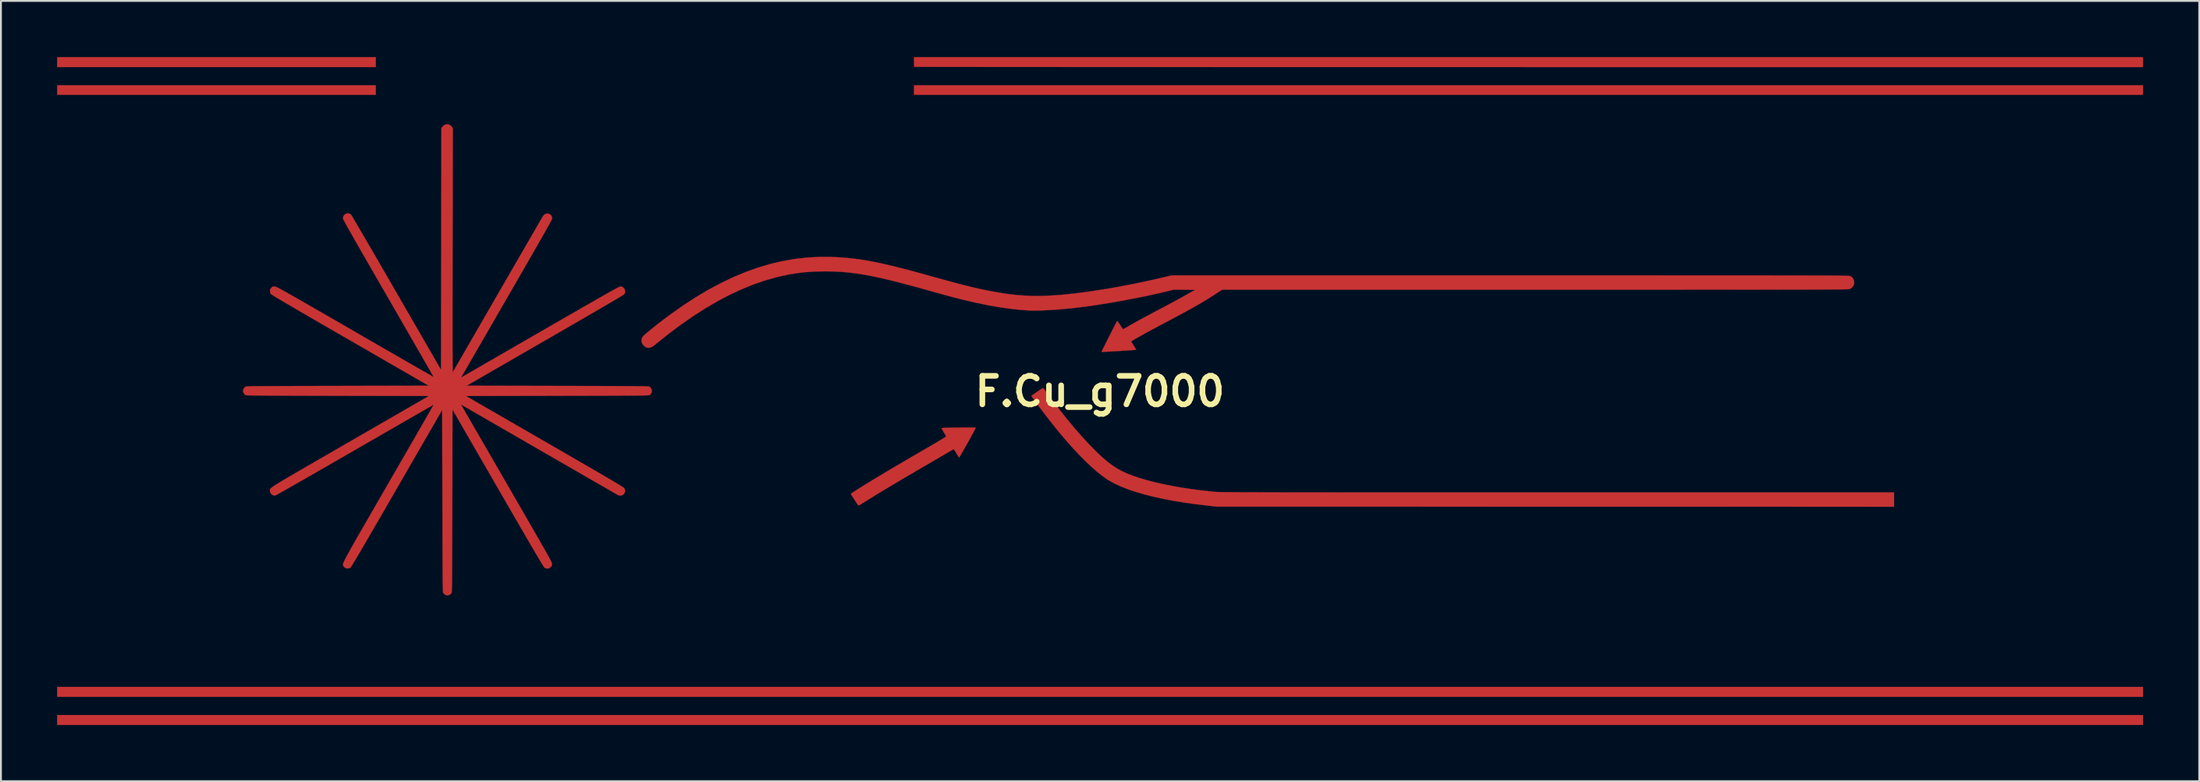
<source format=kicad_pcb>
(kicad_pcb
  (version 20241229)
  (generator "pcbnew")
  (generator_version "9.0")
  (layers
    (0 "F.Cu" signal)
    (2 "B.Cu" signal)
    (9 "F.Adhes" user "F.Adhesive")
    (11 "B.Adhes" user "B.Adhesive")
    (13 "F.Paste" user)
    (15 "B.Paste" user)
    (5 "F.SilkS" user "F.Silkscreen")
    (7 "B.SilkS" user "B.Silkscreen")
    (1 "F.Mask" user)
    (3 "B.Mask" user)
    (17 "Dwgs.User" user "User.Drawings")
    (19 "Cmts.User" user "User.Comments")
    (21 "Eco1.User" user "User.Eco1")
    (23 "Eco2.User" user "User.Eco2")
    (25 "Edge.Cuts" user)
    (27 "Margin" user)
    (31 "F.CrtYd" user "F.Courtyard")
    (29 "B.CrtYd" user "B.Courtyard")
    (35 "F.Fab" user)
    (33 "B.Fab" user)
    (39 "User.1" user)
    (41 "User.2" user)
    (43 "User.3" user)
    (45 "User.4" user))
  (footprint "F.Cu_g7000"
    (layer "F.Cu")
    (at 55.694 17.87)
    (property "Reference" "F.Cu_g7000" (at 0 0 0) (layer "F.SilkS") (effects (font (size 1.524 1.524) (thickness 0.3))))
    (attr through_hole)
    (fp_poly (pts (xy -38.672 -17.335) (xy -55.69 -17.335) (xy -55.69 -17.865) (xy -38.672 -17.865) (xy -38.672 -17.335)) (stroke (width 0.01) (type solid)) (fill yes) (layer "F.Cu"))
    (fp_poly (pts (xy -38.672 -15.854) (xy -55.69 -15.854) (xy -55.69 -16.362) (xy -38.672 -16.362) (xy -38.672 -15.854)) (stroke (width 0.01) (type solid)) (fill yes) (layer "F.Cu"))
    (fp_poly (pts (xy 55.711 -15.854) (xy -9.927 -15.854) (xy -9.927 -16.362) (xy 55.711 -16.362) (xy 55.711 -15.854)) (stroke (width 0.01) (type solid)) (fill yes) (layer "F.Cu"))
    (fp_poly (pts (xy 55.711 16.32) (xy -55.69 16.32) (xy -55.69 15.79) (xy 55.711 15.79) (xy 55.711 16.32)) (stroke (width 0.01) (type solid)) (fill yes) (layer "F.Cu"))
    (fp_poly (pts (xy 55.711 17.822) (xy -55.69 17.822) (xy -55.69 17.293) (xy 55.711 17.293) (xy 55.711 17.822)) (stroke (width 0.01) (type solid)) (fill yes) (layer "F.Cu"))
    (fp_poly (pts (xy 55.711 -17.335) (xy 22.906 -17.335) (xy 21.727 -17.336) (xy 20.559 -17.336) (xy 19.401 -17.336) (xy 18.255 -17.336) (xy 17.121 -17.336) (xy 16 -17.336) (xy 14.893 -17.336) (xy 13.801 -17.336) (xy 12.723 -17.336) (xy 11.661 -17.336) (xy 10.616 -17.337) (xy 9.589 -17.337) (xy 8.579 -17.337) (xy 7.588 -17.337) (xy 6.616 -17.337) (xy 5.665 -17.338) (xy 4.735 -17.338) (xy 3.826 -17.338) (xy 2.939 -17.338) (xy 2.076 -17.339) (xy 1.237 -17.339) (xy 0.422 -17.339) (xy -0.368 -17.34) (xy -1.132 -17.34) (xy -1.869 -17.34) (xy -2.579 -17.341) (xy -3.261 -17.341) (xy -3.913 -17.342) (xy -4.537 -17.342) (xy -5.13 -17.342) (xy -5.692 -17.343) (xy -6.222 -17.343) (xy -6.72 -17.344) (xy -7.184 -17.344) (xy -7.615 -17.344) (xy -8.011 -17.345) (xy -8.372 -17.345) (xy -8.697 -17.346) (xy -8.985 -17.346) (xy -9.236 -17.347) (xy -9.448 -17.347) (xy -9.621 -17.348) (xy -9.755 -17.348) (xy -9.849 -17.349) (xy -9.901 -17.349) (xy -9.913 -17.35) (xy -9.919 -17.375) (xy -9.923 -17.434) (xy -9.926 -17.518) (xy -9.927 -17.614) (xy -9.927 -17.865) (xy 55.711 -17.865) (xy 55.711 -17.335)) (stroke (width 0.01) (type solid)) (fill yes) (layer "F.Cu"))
    (fp_poly (pts (xy -7.038 1.928) (xy -6.903 1.928) (xy -6.79 1.93) (xy -6.702 1.932) (xy -6.646 1.934) (xy -6.628 1.937) (xy -6.636 1.958) (xy -6.662 2.011) (xy -6.705 2.092) (xy -6.76 2.195) (xy -6.826 2.316) (xy -6.9 2.451) (xy -6.98 2.595) (xy -7.062 2.743) (xy -7.145 2.891) (xy -7.226 3.033) (xy -7.302 3.167) (xy -7.37 3.286) (xy -7.429 3.387) (xy -7.475 3.464) (xy -7.505 3.513) (xy -7.519 3.53) (xy -7.519 3.53) (xy -7.535 3.51) (xy -7.568 3.462) (xy -7.612 3.391) (xy -7.664 3.305) (xy -7.667 3.3) (xy -7.8 3.076) (xy -8.35 3.397) (xy -8.486 3.476) (xy -8.651 3.573) (xy -8.839 3.682) (xy -9.043 3.801) (xy -9.257 3.926) (xy -9.473 4.051) (xy -9.684 4.175) (xy -9.821 4.255) (xy -10.318 4.545) (xy -10.788 4.823) (xy -11.231 5.087) (xy -11.644 5.335) (xy -12.023 5.567) (xy -12.368 5.781) (xy -12.42 5.813) (xy -12.544 5.891) (xy -12.656 5.96) (xy -12.752 6.018) (xy -12.826 6.062) (xy -12.873 6.089) (xy -12.889 6.096) (xy -12.906 6.079) (xy -12.942 6.033) (xy -12.991 5.963) (xy -13.05 5.875) (xy -13.082 5.826) (xy -13.145 5.728) (xy -13.202 5.64) (xy -13.249 5.568) (xy -13.279 5.522) (xy -13.286 5.511) (xy -13.293 5.497) (xy -13.294 5.483) (xy -13.283 5.466) (xy -13.259 5.442) (xy -13.217 5.411) (xy -13.154 5.367) (xy -13.065 5.31) (xy -12.948 5.236) (xy -12.799 5.143) (xy -12.791 5.138) (xy -12.483 4.947) (xy -12.145 4.74) (xy -11.781 4.52) (xy -11.398 4.29) (xy -11.003 4.055) (xy -10.6 3.818) (xy -10.308 3.648) (xy -10.114 3.534) (xy -9.894 3.406) (xy -9.66 3.27) (xy -9.424 3.133) (xy -9.196 3) (xy -8.987 2.879) (xy -8.916 2.837) (xy -8.76 2.746) (xy -8.615 2.66) (xy -8.487 2.582) (xy -8.379 2.516) (xy -8.295 2.463) (xy -8.238 2.425) (xy -8.214 2.406) (xy -8.213 2.404) (xy -8.224 2.378) (xy -8.252 2.323) (xy -8.294 2.249) (xy -8.34 2.17) (xy -8.465 1.958) (xy -8.27 1.945) (xy -8.198 1.941) (xy -8.096 1.938) (xy -7.971 1.935) (xy -7.828 1.932) (xy -7.673 1.931) (xy -7.511 1.929) (xy -7.347 1.928) (xy -7.188 1.928) (xy -7.038 1.928)) (stroke (width 0.01) (type solid)) (fill yes) (layer "F.Cu"))
    (fp_poly (pts (xy -3.016 -0.167) (xy -3.016 -0.167) (xy -2.996 -0.142) (xy -2.955 -0.088) (xy -2.897 -0.01) (xy -2.824 0.086) (xy -2.742 0.197) (xy -2.677 0.286) (xy -2.241 0.865) (xy -1.812 1.41) (xy -1.39 1.92) (xy -0.978 2.393) (xy -0.576 2.827) (xy -0.339 3.07) (xy -0.087 3.318) (xy 0.146 3.534) (xy 0.366 3.723) (xy 0.576 3.887) (xy 0.783 4.032) (xy 0.992 4.159) (xy 1.208 4.273) (xy 1.436 4.378) (xy 1.681 4.477) (xy 1.725 4.493) (xy 2.078 4.614) (xy 2.47 4.731) (xy 2.895 4.842) (xy 3.351 4.947) (xy 3.834 5.045) (xy 4.338 5.134) (xy 4.861 5.215) (xy 5.399 5.287) (xy 5.947 5.348) (xy 6.128 5.365) (xy 6.151 5.367) (xy 6.181 5.369) (xy 6.219 5.371) (xy 6.264 5.373) (xy 6.319 5.374) (xy 6.384 5.376) (xy 6.46 5.377) (xy 6.547 5.379) (xy 6.647 5.38) (xy 6.76 5.381) (xy 6.887 5.382) (xy 7.029 5.383) (xy 7.187 5.385) (xy 7.362 5.386) (xy 7.554 5.387) (xy 7.764 5.387) (xy 7.993 5.388) (xy 8.242 5.389) (xy 8.512 5.39) (xy 8.803 5.391) (xy 9.117 5.391) (xy 9.454 5.392) (xy 9.816 5.393) (xy 10.202 5.393) (xy 10.614 5.394) (xy 11.052 5.394) (xy 11.518 5.394) (xy 12.012 5.395) (xy 12.535 5.395) (xy 13.088 5.396) (xy 13.671 5.396) (xy 14.286 5.396) (xy 14.934 5.396) (xy 15.615 5.397) (xy 16.329 5.397) (xy 17.079 5.397) (xy 17.864 5.397) (xy 18.686 5.397) (xy 19.545 5.397) (xy 20.443 5.397) (xy 21.379 5.397) (xy 22.355 5.397) (xy 23.372 5.397) (xy 24.43 5.397) (xy 24.442 5.397) (xy 42.418 5.397) (xy 42.418 6.16) (xy 6.255 6.155) (xy 5.8 6.106) (xy 5.154 6.03) (xy 4.538 5.944) (xy 3.952 5.848) (xy 3.398 5.743) (xy 2.878 5.629) (xy 2.391 5.507) (xy 1.94 5.375) (xy 1.525 5.236) (xy 1.148 5.089) (xy 0.81 4.934) (xy 0.512 4.772) (xy 0.386 4.694) (xy 0.125 4.511) (xy -0.153 4.289) (xy -0.449 4.031) (xy -0.76 3.737) (xy -1.086 3.408) (xy -1.427 3.044) (xy -1.781 2.646) (xy -2.098 2.275) (xy -2.232 2.113) (xy -2.385 1.923) (xy -2.551 1.715) (xy -2.725 1.493) (xy -2.9 1.266) (xy -3.073 1.041) (xy -3.236 0.824) (xy -3.386 0.622) (xy -3.516 0.443) (xy -3.563 0.378) (xy -3.663 0.237) (xy -3.353 0.021) (xy -3.24 -0.058) (xy -3.156 -0.114) (xy -3.096 -0.15) (xy -3.056 -0.169) (xy -3.031 -0.174) (xy -3.016 -0.167)) (stroke (width 0.01) (type solid)) (fill yes) (layer "F.Cu"))
    (fp_poly (pts (xy -14.457 -7.19) (xy -14.159 -7.18) (xy -13.867 -7.164) (xy -13.578 -7.143) (xy -13.29 -7.115) (xy -12.997 -7.08) (xy -12.698 -7.037) (xy -12.388 -6.985) (xy -12.065 -6.925) (xy -11.724 -6.854) (xy -11.364 -6.773) (xy -10.98 -6.682) (xy -10.569 -6.578) (xy -10.128 -6.463) (xy -9.654 -6.335) (xy -9.176 -6.202) (xy -8.781 -6.092) (xy -8.423 -5.993) (xy -8.099 -5.904) (xy -7.804 -5.824) (xy -7.535 -5.753) (xy -7.289 -5.689) (xy -7.061 -5.632) (xy -6.848 -5.58) (xy -6.647 -5.532) (xy -6.454 -5.489) (xy -6.265 -5.448) (xy -6.077 -5.409) (xy -5.916 -5.377) (xy -5.425 -5.287) (xy -4.963 -5.215) (xy -4.521 -5.161) (xy -4.091 -5.125) (xy -3.663 -5.105) (xy -3.229 -5.102) (xy -2.779 -5.116) (xy -2.306 -5.144) (xy -1.926 -5.176) (xy -1.38 -5.233) (xy -0.801 -5.306) (xy -0.194 -5.394) (xy 0.435 -5.495) (xy 1.079 -5.609) (xy 1.734 -5.735) (xy 2.393 -5.871) (xy 3.051 -6.017) (xy 3.351 -6.087) (xy 3.834 -6.202) (xy 22.971 -6.202) (xy 23.98 -6.202) (xy 24.949 -6.202) (xy 25.877 -6.202) (xy 26.767 -6.202) (xy 27.619 -6.202) (xy 28.433 -6.202) (xy 29.211 -6.202) (xy 29.953 -6.202) (xy 30.661 -6.201) (xy 31.334 -6.201) (xy 31.975 -6.201) (xy 32.583 -6.201) (xy 33.16 -6.201) (xy 33.706 -6.201) (xy 34.222 -6.2) (xy 34.71 -6.2) (xy 35.169 -6.2) (xy 35.602 -6.2) (xy 36.008 -6.199) (xy 36.388 -6.199) (xy 36.744 -6.198) (xy 37.076 -6.198) (xy 37.384 -6.197) (xy 37.671 -6.197) (xy 37.936 -6.196) (xy 38.181 -6.195) (xy 38.406 -6.195) (xy 38.613 -6.194) (xy 38.801 -6.193) (xy 38.972 -6.192) (xy 39.127 -6.191) (xy 39.267 -6.19) (xy 39.392 -6.189) (xy 39.503 -6.188) (xy 39.601 -6.186) (xy 39.687 -6.185) (xy 39.762 -6.184) (xy 39.826 -6.182) (xy 39.881 -6.181) (xy 39.927 -6.179) (xy 39.965 -6.177) (xy 39.996 -6.176) (xy 40.021 -6.174) (xy 40.041 -6.172) (xy 40.056 -6.17) (xy 40.067 -6.168) (xy 40.076 -6.165) (xy 40.082 -6.163) (xy 40.087 -6.161) (xy 40.089 -6.16) (xy 40.186 -6.088) (xy 40.251 -5.989) (xy 40.277 -5.909) (xy 40.286 -5.783) (xy 40.255 -5.669) (xy 40.189 -5.571) (xy 40.088 -5.495) (xy 40.042 -5.473) (xy 40.035 -5.471) (xy 40.021 -5.469) (xy 40.001 -5.467) (xy 39.973 -5.465) (xy 39.936 -5.463) (xy 39.89 -5.462) (xy 39.834 -5.46) (xy 39.767 -5.459) (xy 39.688 -5.457) (xy 39.596 -5.456) (xy 39.49 -5.455) (xy 39.369 -5.454) (xy 39.234 -5.453) (xy 39.082 -5.452) (xy 38.913 -5.451) (xy 38.726 -5.45) (xy 38.52 -5.449) (xy 38.295 -5.448) (xy 38.049 -5.447) (xy 37.782 -5.446) (xy 37.492 -5.446) (xy 37.18 -5.445) (xy 36.843 -5.444) (xy 36.482 -5.444) (xy 36.095 -5.443) (xy 35.681 -5.443) (xy 35.241 -5.443) (xy 34.772 -5.442) (xy 34.274 -5.442) (xy 33.746 -5.441) (xy 33.187 -5.441) (xy 32.596 -5.441) (xy 31.973 -5.441) (xy 31.317 -5.441) (xy 30.627 -5.44) (xy 29.901 -5.44) (xy 29.14 -5.44) (xy 28.342 -5.44) (xy 27.506 -5.44) (xy 26.632 -5.44) (xy 25.718 -5.44) (xy 24.764 -5.44) (xy 23.769 -5.44) (xy 23.249 -5.44) (xy 6.534 -5.44) (xy 6.214 -5.232) (xy 5.975 -5.078) (xy 5.732 -4.927) (xy 5.48 -4.774) (xy 5.213 -4.619) (xy 4.926 -4.456) (xy 4.615 -4.284) (xy 4.275 -4.099) (xy 4.011 -3.958) (xy 3.838 -3.866) (xy 3.643 -3.762) (xy 3.44 -3.655) (xy 3.243 -3.55) (xy 3.063 -3.454) (xy 2.985 -3.412) (xy 2.812 -3.32) (xy 2.638 -3.226) (xy 2.466 -3.132) (xy 2.302 -3.041) (xy 2.148 -2.955) (xy 2.009 -2.876) (xy 1.889 -2.807) (xy 1.791 -2.75) (xy 1.72 -2.706) (xy 1.68 -2.679) (xy 1.672 -2.671) (xy 1.683 -2.649) (xy 1.713 -2.598) (xy 1.757 -2.527) (xy 1.809 -2.445) (xy 1.861 -2.362) (xy 1.902 -2.293) (xy 1.929 -2.245) (xy 1.936 -2.226) (xy 1.914 -2.223) (xy 1.855 -2.218) (xy 1.765 -2.211) (xy 1.648 -2.203) (xy 1.511 -2.194) (xy 1.359 -2.184) (xy 1.196 -2.174) (xy 1.029 -2.163) (xy 0.863 -2.153) (xy 0.703 -2.144) (xy 0.554 -2.135) (xy 0.423 -2.128) (xy 0.313 -2.122) (xy 0.232 -2.119) (xy 0.185 -2.117) (xy 0.085 -2.117) (xy 0.497 -2.942) (xy 0.584 -3.115) (xy 0.665 -3.276) (xy 0.739 -3.42) (xy 0.804 -3.544) (xy 0.856 -3.645) (xy 0.896 -3.718) (xy 0.92 -3.759) (xy 0.926 -3.768) (xy 0.943 -3.751) (xy 0.978 -3.705) (xy 1.025 -3.637) (xy 1.081 -3.554) (xy 1.086 -3.545) (xy 1.142 -3.461) (xy 1.189 -3.391) (xy 1.223 -3.343) (xy 1.24 -3.323) (xy 1.241 -3.323) (xy 1.262 -3.333) (xy 1.312 -3.361) (xy 1.384 -3.402) (xy 1.47 -3.453) (xy 1.478 -3.457) (xy 1.606 -3.532) (xy 1.75 -3.615) (xy 1.914 -3.706) (xy 2.099 -3.808) (xy 2.31 -3.923) (xy 2.549 -4.051) (xy 2.82 -4.196) (xy 3.09 -4.339) (xy 3.326 -4.464) (xy 3.53 -4.572) (xy 3.706 -4.666) (xy 3.859 -4.748) (xy 3.993 -4.82) (xy 4.115 -4.886) (xy 4.228 -4.948) (xy 4.338 -5.008) (xy 4.448 -5.07) (xy 4.565 -5.136) (xy 4.686 -5.204) (xy 5.085 -5.429) (xy 4.511 -5.435) (xy 3.937 -5.441) (xy 3.688 -5.378) (xy 3.296 -5.283) (xy 2.871 -5.186) (xy 2.421 -5.09) (xy 1.953 -4.995) (xy 1.474 -4.903) (xy 0.992 -4.814) (xy 0.513 -4.731) (xy 0.044 -4.655) (xy -0.407 -4.586) (xy -0.833 -4.526) (xy -1.228 -4.477) (xy -1.312 -4.467) (xy -1.61 -4.436) (xy -1.913 -4.408) (xy -2.214 -4.383) (xy -2.509 -4.362) (xy -2.791 -4.345) (xy -3.057 -4.332) (xy -3.298 -4.324) (xy -3.512 -4.321) (xy -3.691 -4.324) (xy -3.757 -4.327) (xy -4.279 -4.364) (xy -4.821 -4.424) (xy -5.387 -4.505) (xy -5.977 -4.609) (xy -6.596 -4.736) (xy -7.244 -4.886) (xy -7.925 -5.059) (xy -8.012 -5.083) (xy -8.098 -5.106) (xy -8.22 -5.14) (xy -8.371 -5.181) (xy -8.545 -5.229) (xy -8.737 -5.283) (xy -8.94 -5.339) (xy -9.15 -5.398) (xy -9.313 -5.444) (xy -9.826 -5.586) (xy -10.303 -5.715) (xy -10.745 -5.83) (xy -11.158 -5.934) (xy -11.543 -6.026) (xy -11.903 -6.106) (xy -12.243 -6.176) (xy -12.564 -6.235) (xy -12.871 -6.286) (xy -13.166 -6.327) (xy -13.453 -6.36) (xy -13.734 -6.385) (xy -14.014 -6.403) (xy -14.294 -6.414) (xy -14.578 -6.419) (xy -14.7 -6.419) (xy -15.212 -6.409) (xy -15.699 -6.377) (xy -16.172 -6.324) (xy -16.642 -6.246) (xy -17.122 -6.143) (xy -17.273 -6.106) (xy -17.888 -5.932) (xy -18.509 -5.717) (xy -19.137 -5.462) (xy -19.772 -5.165) (xy -20.414 -4.828) (xy -21.062 -4.449) (xy -21.719 -4.028) (xy -22.382 -3.567) (xy -23.053 -3.064) (xy -23.732 -2.52) (xy -23.781 -2.479) (xy -23.91 -2.389) (xy -24.033 -2.341) (xy -24.149 -2.333) (xy -24.257 -2.368) (xy -24.355 -2.442) (xy -24.437 -2.549) (xy -24.477 -2.663) (xy -24.476 -2.783) (xy -24.434 -2.904) (xy -24.406 -2.939) (xy -24.348 -2.996) (xy -24.262 -3.073) (xy -24.152 -3.167) (xy -24.022 -3.275) (xy -23.875 -3.394) (xy -23.715 -3.522) (xy -23.544 -3.656) (xy -23.366 -3.793) (xy -23.185 -3.93) (xy -23.005 -4.065) (xy -22.939 -4.114) (xy -22.257 -4.595) (xy -21.582 -5.035) (xy -20.911 -5.433) (xy -20.244 -5.79) (xy -19.581 -6.106) (xy -18.921 -6.382) (xy -18.264 -6.617) (xy -17.608 -6.811) (xy -16.954 -6.965) (xy -16.3 -7.08) (xy -15.646 -7.154) (xy -14.991 -7.19) (xy -14.457 -7.19)) (stroke (width 0.01) (type solid)) (fill yes) (layer "F.Cu"))
    (fp_poly (pts (xy -34.745 -14.257) (xy -34.657 -14.195) (xy -34.611 -14.139) (xy -34.56 -14.065) (xy -34.572 -7.525) (xy -34.573 -6.853) (xy -34.574 -6.223) (xy -34.575 -5.633) (xy -34.575 -5.084) (xy -34.576 -4.573) (xy -34.576 -4.1) (xy -34.576 -3.665) (xy -34.576 -3.267) (xy -34.576 -2.904) (xy -34.576 -2.576) (xy -34.575 -2.281) (xy -34.574 -2.021) (xy -34.573 -1.792) (xy -34.572 -1.595) (xy -34.571 -1.429) (xy -34.57 -1.292) (xy -34.568 -1.185) (xy -34.566 -1.106) (xy -34.564 -1.054) (xy -34.562 -1.029) (xy -34.56 -1.027) (xy -34.542 -1.058) (xy -34.505 -1.124) (xy -34.449 -1.221) (xy -34.375 -1.349) (xy -34.285 -1.505) (xy -34.18 -1.688) (xy -34.061 -1.894) (xy -33.93 -2.123) (xy -33.786 -2.371) (xy -33.632 -2.638) (xy -33.469 -2.921) (xy -33.298 -3.218) (xy -33.119 -3.527) (xy -32.935 -3.847) (xy -32.746 -4.174) (xy -32.554 -4.507) (xy -32.359 -4.845) (xy -32.163 -5.184) (xy -31.967 -5.524) (xy -31.772 -5.861) (xy -31.579 -6.195) (xy -31.39 -6.523) (xy -31.205 -6.842) (xy -31.026 -7.152) (xy -30.854 -7.45) (xy -30.69 -7.733) (xy -30.535 -8.001) (xy -30.391 -8.251) (xy -30.258 -8.48) (xy -30.138 -8.688) (xy -30.032 -8.871) (xy -29.941 -9.029) (xy -29.866 -9.158) (xy -29.808 -9.257) (xy -29.769 -9.324) (xy -29.75 -9.358) (xy -29.748 -9.36) (xy -29.677 -9.446) (xy -29.597 -9.494) (xy -29.505 -9.508) (xy -29.404 -9.488) (xy -29.325 -9.435) (xy -29.273 -9.357) (xy -29.255 -9.26) (xy -29.256 -9.231) (xy -29.264 -9.209) (xy -29.287 -9.163) (xy -29.325 -9.09) (xy -29.379 -8.992) (xy -29.448 -8.866) (xy -29.534 -8.712) (xy -29.636 -8.53) (xy -29.756 -8.319) (xy -29.893 -8.077) (xy -30.049 -7.805) (xy -30.222 -7.502) (xy -30.415 -7.166) (xy -30.627 -6.797) (xy -30.858 -6.395) (xy -31.11 -5.958) (xy -31.382 -5.486) (xy -31.653 -5.016) (xy -31.876 -4.629) (xy -32.095 -4.25) (xy -32.307 -3.882) (xy -32.512 -3.527) (xy -32.709 -3.186) (xy -32.897 -2.861) (xy -33.075 -2.554) (xy -33.241 -2.265) (xy -33.395 -1.998) (xy -33.537 -1.753) (xy -33.664 -1.533) (xy -33.777 -1.338) (xy -33.873 -1.171) (xy -33.953 -1.033) (xy -34.015 -0.927) (xy -34.058 -0.853) (xy -34.081 -0.813) (xy -34.084 -0.807) (xy -34.128 -0.735) (xy -34.034 -0.789) (xy -34.007 -0.805) (xy -33.945 -0.841) (xy -33.85 -0.896) (xy -33.723 -0.969) (xy -33.567 -1.06) (xy -33.382 -1.166) (xy -33.17 -1.289) (xy -32.934 -1.425) (xy -32.674 -1.575) (xy -32.393 -1.737) (xy -32.093 -1.911) (xy -31.774 -2.095) (xy -31.438 -2.289) (xy -31.088 -2.491) (xy -30.725 -2.701) (xy -30.35 -2.917) (xy -29.966 -3.139) (xy -29.814 -3.227) (xy -29.335 -3.503) (xy -28.892 -3.759) (xy -28.483 -3.995) (xy -28.107 -4.211) (xy -27.762 -4.409) (xy -27.449 -4.59) (xy -27.164 -4.752) (xy -26.909 -4.899) (xy -26.68 -5.029) (xy -26.477 -5.145) (xy -26.299 -5.245) (xy -26.144 -5.332) (xy -26.012 -5.406) (xy -25.901 -5.467) (xy -25.81 -5.516) (xy -25.738 -5.554) (xy -25.684 -5.582) (xy -25.646 -5.6) (xy -25.623 -5.608) (xy -25.617 -5.609) (xy -25.514 -5.591) (xy -25.434 -5.539) (xy -25.381 -5.458) (xy -25.358 -5.352) (xy -25.358 -5.333) (xy -25.365 -5.267) (xy -25.393 -5.215) (xy -25.426 -5.178) (xy -25.451 -5.162) (xy -25.511 -5.125) (xy -25.604 -5.069) (xy -25.728 -4.995) (xy -25.883 -4.903) (xy -26.066 -4.796) (xy -26.276 -4.673) (xy -26.51 -4.535) (xy -26.768 -4.385) (xy -27.048 -4.222) (xy -27.348 -4.047) (xy -27.666 -3.862) (xy -28.001 -3.668) (xy -28.351 -3.465) (xy -28.714 -3.255) (xy -29.089 -3.038) (xy -29.474 -2.816) (xy -29.659 -2.709) (xy -33.823 -0.307) (xy -28.961 -0.296) (xy -28.424 -0.295) (xy -27.927 -0.294) (xy -27.47 -0.293) (xy -27.05 -0.292) (xy -26.667 -0.291) (xy -26.317 -0.29) (xy -26 -0.289) (xy -25.714 -0.287) (xy -25.458 -0.286) (xy -25.23 -0.285) (xy -25.027 -0.284) (xy -24.849 -0.282) (xy -24.695 -0.28) (xy -24.561 -0.279) (xy -24.448 -0.277) (xy -24.352 -0.275) (xy -24.274 -0.273) (xy -24.21 -0.27) (xy -24.159 -0.268) (xy -24.12 -0.265) (xy -24.091 -0.262) (xy -24.071 -0.259) (xy -24.058 -0.255) (xy -24.049 -0.251) (xy -24.049 -0.251) (xy -23.977 -0.178) (xy -23.937 -0.091) (xy -23.929 0.001) (xy -23.953 0.089) (xy -24.011 0.163) (xy -24.037 0.184) (xy -24.045 0.188) (xy -24.056 0.192) (xy -24.071 0.195) (xy -24.093 0.199) (xy -24.122 0.202) (xy -24.161 0.205) (xy -24.211 0.207) (xy -24.274 0.21) (xy -24.351 0.212) (xy -24.444 0.214) (xy -24.555 0.216) (xy -24.685 0.217) (xy -24.836 0.219) (xy -25.009 0.22) (xy -25.206 0.222) (xy -25.43 0.223) (xy -25.68 0.224) (xy -25.96 0.225) (xy -26.27 0.226) (xy -26.613 0.227) (xy -26.989 0.228) (xy -27.401 0.229) (xy -27.85 0.23) (xy -28.337 0.231) (xy -28.866 0.233) (xy -28.979 0.233) (xy -33.861 0.243) (xy -29.657 2.67) (xy -29.173 2.95) (xy -28.725 3.208) (xy -28.312 3.448) (xy -27.931 3.668) (xy -27.583 3.87) (xy -27.265 4.054) (xy -26.977 4.221) (xy -26.718 4.372) (xy -26.486 4.508) (xy -26.28 4.629) (xy -26.099 4.735) (xy -25.942 4.828) (xy -25.808 4.908) (xy -25.695 4.976) (xy -25.603 5.033) (xy -25.529 5.078) (xy -25.474 5.114) (xy -25.435 5.141) (xy -25.413 5.158) (xy -25.405 5.166) (xy -25.365 5.255) (xy -25.36 5.344) (xy -25.387 5.425) (xy -25.438 5.494) (xy -25.509 5.543) (xy -25.593 5.566) (xy -25.686 5.556) (xy -25.738 5.536) (xy -25.761 5.522) (xy -25.819 5.489) (xy -25.91 5.437) (xy -26.031 5.368) (xy -26.181 5.281) (xy -26.357 5.18) (xy -26.558 5.064) (xy -26.782 4.935) (xy -27.026 4.794) (xy -27.289 4.643) (xy -27.568 4.482) (xy -27.862 4.312) (xy -28.168 4.135) (xy -28.485 3.953) (xy -28.811 3.765) (xy -29.143 3.573) (xy -29.479 3.379) (xy -29.818 3.184) (xy -30.157 2.988) (xy -30.495 2.793) (xy -30.829 2.6) (xy -31.158 2.41) (xy -31.479 2.225) (xy -31.791 2.045) (xy -32.09 1.871) (xy -32.377 1.706) (xy -32.647 1.55) (xy -32.9 1.403) (xy -33.134 1.269) (xy -33.346 1.146) (xy -33.534 1.037) (xy -33.696 0.943) (xy -33.831 0.865) (xy -33.936 0.804) (xy -34.009 0.762) (xy -34.049 0.739) (xy -34.054 0.735) (xy -34.126 0.692) (xy -34.099 0.743) (xy -34.086 0.766) (xy -34.052 0.824) (xy -34 0.915) (xy -33.929 1.038) (xy -33.841 1.191) (xy -33.736 1.372) (xy -33.616 1.58) (xy -33.482 1.813) (xy -33.334 2.069) (xy -33.173 2.348) (xy -33.001 2.646) (xy -32.818 2.963) (xy -32.625 3.296) (xy -32.424 3.645) (xy -32.215 4.007) (xy -31.999 4.381) (xy -31.777 4.765) (xy -31.668 4.953) (xy -31.402 5.414) (xy -31.156 5.84) (xy -30.929 6.233) (xy -30.721 6.593) (xy -30.532 6.922) (xy -30.359 7.222) (xy -30.203 7.493) (xy -30.062 7.738) (xy -29.936 7.958) (xy -29.824 8.154) (xy -29.725 8.328) (xy -29.638 8.481) (xy -29.563 8.614) (xy -29.499 8.729) (xy -29.444 8.828) (xy -29.399 8.912) (xy -29.361 8.982) (xy -29.332 9.04) (xy -29.309 9.086) (xy -29.291 9.124) (xy -29.279 9.153) (xy -29.271 9.176) (xy -29.266 9.194) (xy -29.264 9.208) (xy -29.264 9.214) (xy -29.267 9.28) (xy -29.284 9.326) (xy -29.322 9.371) (xy -29.342 9.389) (xy -29.403 9.437) (xy -29.459 9.458) (xy -29.508 9.461) (xy -29.58 9.453) (xy -29.646 9.431) (xy -29.654 9.427) (xy -29.666 9.413) (xy -29.689 9.382) (xy -29.722 9.331) (xy -29.767 9.259) (xy -29.824 9.166) (xy -29.894 9.05) (xy -29.978 8.91) (xy -30.075 8.746) (xy -30.187 8.556) (xy -30.314 8.339) (xy -30.457 8.095) (xy -30.616 7.821) (xy -30.792 7.518) (xy -30.986 7.184) (xy -31.198 6.818) (xy -31.428 6.419) (xy -31.679 5.986) (xy -31.949 5.519) (xy -32.145 5.18) (xy -34.576 0.968) (xy -34.586 5.845) (xy -34.588 6.382) (xy -34.589 6.877) (xy -34.59 7.334) (xy -34.591 7.753) (xy -34.592 8.136) (xy -34.593 8.485) (xy -34.594 8.801) (xy -34.595 9.087) (xy -34.596 9.343) (xy -34.597 9.571) (xy -34.599 9.774) (xy -34.6 9.952) (xy -34.601 10.107) (xy -34.603 10.241) (xy -34.605 10.355) (xy -34.607 10.452) (xy -34.609 10.532) (xy -34.611 10.597) (xy -34.614 10.65) (xy -34.617 10.69) (xy -34.62 10.722) (xy -34.623 10.745) (xy -34.627 10.761) (xy -34.631 10.772) (xy -34.635 10.781) (xy -34.636 10.782) (xy -34.689 10.835) (xy -34.764 10.878) (xy -34.84 10.9) (xy -34.856 10.9) (xy -34.899 10.891) (xy -34.957 10.869) (xy -34.963 10.865) (xy -35.022 10.823) (xy -35.068 10.767) (xy -35.069 10.765) (xy -35.073 10.756) (xy -35.077 10.742) (xy -35.08 10.723) (xy -35.083 10.695) (xy -35.086 10.658) (xy -35.089 10.61) (xy -35.091 10.55) (xy -35.093 10.475) (xy -35.096 10.384) (xy -35.097 10.276) (xy -35.099 10.149) (xy -35.101 10.001) (xy -35.102 9.831) (xy -35.104 9.637) (xy -35.105 9.417) (xy -35.106 9.17) (xy -35.107 8.894) (xy -35.109 8.588) (xy -35.11 8.249) (xy -35.111 7.877) (xy -35.112 7.47) (xy -35.113 7.025) (xy -35.114 6.543) (xy -35.115 6.02) (xy -35.115 5.841) (xy -35.126 0.983) (xy -37.55 5.183) (xy -37.829 5.667) (xy -38.088 6.115) (xy -38.327 6.529) (xy -38.548 6.91) (xy -38.75 7.259) (xy -38.934 7.577) (xy -39.101 7.865) (xy -39.252 8.124) (xy -39.388 8.356) (xy -39.508 8.562) (xy -39.614 8.742) (xy -39.707 8.898) (xy -39.787 9.032) (xy -39.854 9.143) (xy -39.91 9.235) (xy -39.955 9.306) (xy -39.99 9.36) (xy -40.015 9.397) (xy -40.031 9.417) (xy -40.037 9.422) (xy -40.126 9.456) (xy -40.22 9.456) (xy -40.308 9.425) (xy -40.376 9.366) (xy -40.396 9.335) (xy -40.405 9.32) (xy -40.413 9.307) (xy -40.419 9.293) (xy -40.424 9.278) (xy -40.426 9.26) (xy -40.424 9.238) (xy -40.418 9.211) (xy -40.407 9.176) (xy -40.39 9.132) (xy -40.367 9.079) (xy -40.336 9.014) (xy -40.297 8.937) (xy -40.249 8.845) (xy -40.191 8.737) (xy -40.122 8.612) (xy -40.043 8.469) (xy -39.951 8.306) (xy -39.847 8.122) (xy -39.729 7.914) (xy -39.596 7.683) (xy -39.449 7.425) (xy -39.285 7.141) (xy -39.105 6.828) (xy -38.907 6.485) (xy -38.691 6.111) (xy -38.456 5.704) (xy -38.202 5.263) (xy -38.003 4.919) (xy -37.778 4.529) (xy -37.559 4.149) (xy -37.346 3.78) (xy -37.141 3.424) (xy -36.944 3.083) (xy -36.757 2.758) (xy -36.58 2.451) (xy -36.415 2.163) (xy -36.262 1.896) (xy -36.121 1.652) (xy -35.995 1.433) (xy -35.884 1.239) (xy -35.789 1.073) (xy -35.711 0.936) (xy -35.651 0.83) (xy -35.61 0.757) (xy -35.588 0.717) (xy -35.584 0.71) (xy -35.603 0.72) (xy -35.657 0.75) (xy -35.744 0.8) (xy -35.863 0.868) (xy -36.012 0.953) (xy -36.19 1.055) (xy -36.394 1.172) (xy -36.624 1.304) (xy -36.877 1.45) (xy -37.153 1.608) (xy -37.449 1.779) (xy -37.763 1.96) (xy -38.095 2.151) (xy -38.442 2.351) (xy -38.803 2.56) (xy -39.176 2.775) (xy -39.56 2.997) (xy -39.782 3.125) (xy -40.172 3.35) (xy -40.553 3.57) (xy -40.923 3.783) (xy -41.28 3.989) (xy -41.624 4.186) (xy -41.951 4.374) (xy -42.261 4.552) (xy -42.551 4.718) (xy -42.821 4.872) (xy -43.069 5.014) (xy -43.292 5.141) (xy -43.489 5.253) (xy -43.659 5.349) (xy -43.8 5.428) (xy -43.91 5.489) (xy -43.988 5.532) (xy -44.031 5.554) (xy -44.04 5.558) (xy -44.131 5.556) (xy -44.213 5.518) (xy -44.278 5.453) (xy -44.319 5.368) (xy -44.327 5.302) (xy -44.328 5.285) (xy -44.329 5.27) (xy -44.329 5.256) (xy -44.326 5.241) (xy -44.32 5.225) (xy -44.308 5.207) (xy -44.29 5.186) (xy -44.264 5.162) (xy -44.229 5.134) (xy -44.183 5.1) (xy -44.125 5.06) (xy -44.053 5.013) (xy -43.967 4.958) (xy -43.864 4.894) (xy -43.744 4.821) (xy -43.605 4.738) (xy -43.446 4.643) (xy -43.264 4.536) (xy -43.06 4.417) (xy -42.831 4.283) (xy -42.576 4.135) (xy -42.294 3.972) (xy -41.984 3.792) (xy -41.643 3.595) (xy -41.271 3.38) (xy -40.866 3.147) (xy -40.427 2.893) (xy -40.05 2.675) (xy -35.838 0.243) (xy -40.71 0.233) (xy -41.261 0.232) (xy -41.772 0.23) (xy -42.242 0.229) (xy -42.675 0.228) (xy -43.071 0.227) (xy -43.433 0.225) (xy -43.76 0.224) (xy -44.056 0.223) (xy -44.32 0.221) (xy -44.556 0.22) (xy -44.764 0.218) (xy -44.945 0.216) (xy -45.102 0.214) (xy -45.235 0.212) (xy -45.346 0.21) (xy -45.436 0.208) (xy -45.508 0.205) (xy -45.562 0.203) (xy -45.599 0.2) (xy -45.622 0.197) (xy -45.631 0.194) (xy -45.684 0.148) (xy -45.73 0.081) (xy -45.759 0.012) (xy -45.762 -0.017) (xy -45.747 -0.099) (xy -45.706 -0.181) (xy -45.65 -0.242) (xy -45.643 -0.247) (xy -45.636 -0.251) (xy -45.625 -0.255) (xy -45.61 -0.259) (xy -45.588 -0.262) (xy -45.559 -0.265) (xy -45.52 -0.268) (xy -45.47 -0.271) (xy -45.407 -0.273) (xy -45.329 -0.275) (xy -45.236 -0.277) (xy -45.125 -0.279) (xy -44.995 -0.281) (xy -44.844 -0.282) (xy -44.671 -0.284) (xy -44.473 -0.285) (xy -44.249 -0.286) (xy -43.998 -0.288) (xy -43.718 -0.289) (xy -43.408 -0.29) (xy -43.065 -0.291) (xy -42.688 -0.292) (xy -42.276 -0.293) (xy -41.826 -0.294) (xy -41.338 -0.295) (xy -40.809 -0.296) (xy -40.715 -0.296) (xy -35.846 -0.307) (xy -40.045 -2.731) (xy -40.529 -3.01) (xy -40.978 -3.269) (xy -41.393 -3.509) (xy -41.774 -3.73) (xy -42.123 -3.932) (xy -42.441 -4.116) (xy -42.729 -4.284) (xy -42.988 -4.435) (xy -43.22 -4.57) (xy -43.426 -4.691) (xy -43.606 -4.797) (xy -43.763 -4.89) (xy -43.896 -4.969) (xy -44.008 -5.037) (xy -44.099 -5.092) (xy -44.17 -5.137) (xy -44.223 -5.172) (xy -44.259 -5.197) (xy -44.279 -5.213) (xy -44.283 -5.218) (xy -44.311 -5.286) (xy -44.323 -5.367) (xy -44.323 -5.373) (xy -44.317 -5.438) (xy -44.294 -5.488) (xy -44.249 -5.539) (xy -44.202 -5.583) (xy -44.161 -5.603) (xy -44.109 -5.608) (xy -44.064 -5.605) (xy -44.05 -5.603) (xy -44.032 -5.599) (xy -44.01 -5.591) (xy -43.981 -5.58) (xy -43.945 -5.563) (xy -43.9 -5.541) (xy -43.844 -5.512) (xy -43.776 -5.476) (xy -43.694 -5.432) (xy -43.598 -5.379) (xy -43.486 -5.316) (xy -43.356 -5.243) (xy -43.206 -5.159) (xy -43.036 -5.062) (xy -42.844 -4.952) (xy -42.629 -4.829) (xy -42.389 -4.691) (xy -42.122 -4.538) (xy -41.828 -4.368) (xy -41.505 -4.182) (xy -41.151 -3.978) (xy -40.765 -3.755) (xy -40.346 -3.513) (xy -39.892 -3.25) (xy -39.772 -3.181) (xy -39.384 -2.956) (xy -39.005 -2.737) (xy -38.637 -2.525) (xy -38.282 -2.32) (xy -37.942 -2.124) (xy -37.618 -1.938) (xy -37.312 -1.761) (xy -37.025 -1.596) (xy -36.76 -1.444) (xy -36.517 -1.304) (xy -36.298 -1.179) (xy -36.106 -1.068) (xy -35.941 -0.974) (xy -35.805 -0.897) (xy -35.701 -0.837) (xy -35.628 -0.797) (xy -35.59 -0.776) (xy -35.584 -0.773) (xy -35.594 -0.792) (xy -35.624 -0.846) (xy -35.673 -0.933) (xy -35.741 -1.052) (xy -35.826 -1.201) (xy -35.928 -1.379) (xy -36.045 -1.583) (xy -36.177 -1.813) (xy -36.322 -2.066) (xy -36.481 -2.342) (xy -36.651 -2.637) (xy -36.832 -2.952) (xy -37.023 -3.284) (xy -37.223 -3.631) (xy -37.431 -3.992) (xy -37.646 -4.365) (xy -37.868 -4.749) (xy -37.994 -4.968) (xy -38.276 -5.456) (xy -38.537 -5.909) (xy -38.779 -6.327) (xy -39 -6.712) (xy -39.203 -7.065) (xy -39.388 -7.387) (xy -39.556 -7.679) (xy -39.706 -7.942) (xy -39.84 -8.177) (xy -39.958 -8.385) (xy -40.062 -8.568) (xy -40.151 -8.726) (xy -40.226 -8.861) (xy -40.288 -8.974) (xy -40.337 -9.065) (xy -40.375 -9.136) (xy -40.401 -9.188) (xy -40.416 -9.223) (xy -40.421 -9.239) (xy -40.413 -9.333) (xy -40.373 -9.412) (xy -40.31 -9.472) (xy -40.23 -9.509) (xy -40.144 -9.518) (xy -40.059 -9.495) (xy -40.002 -9.456) (xy -39.987 -9.433) (xy -39.951 -9.376) (xy -39.897 -9.285) (xy -39.824 -9.162) (xy -39.734 -9.009) (xy -39.628 -8.828) (xy -39.506 -8.621) (xy -39.37 -8.388) (xy -39.221 -8.132) (xy -39.059 -7.854) (xy -38.886 -7.556) (xy -38.702 -7.24) (xy -38.509 -6.907) (xy -38.308 -6.558) (xy -38.098 -6.197) (xy -37.883 -5.823) (xy -37.661 -5.44) (xy -37.571 -5.283) (xy -35.19 -1.158) (xy -35.179 -7.615) (xy -35.168 -14.073) (xy -35.125 -14.131) (xy -35.039 -14.218) (xy -34.942 -14.268) (xy -34.842 -14.281) (xy -34.745 -14.257)) (stroke (width 0.01) (type solid)) (fill yes) (layer "F.Cu")))
  (gr_rect
    (start -3 -3)
    (end 114.41 38.697)
    (stroke (width 0.1) (type default))
    (fill no)
    (layer "Edge.Cuts")))
</source>
